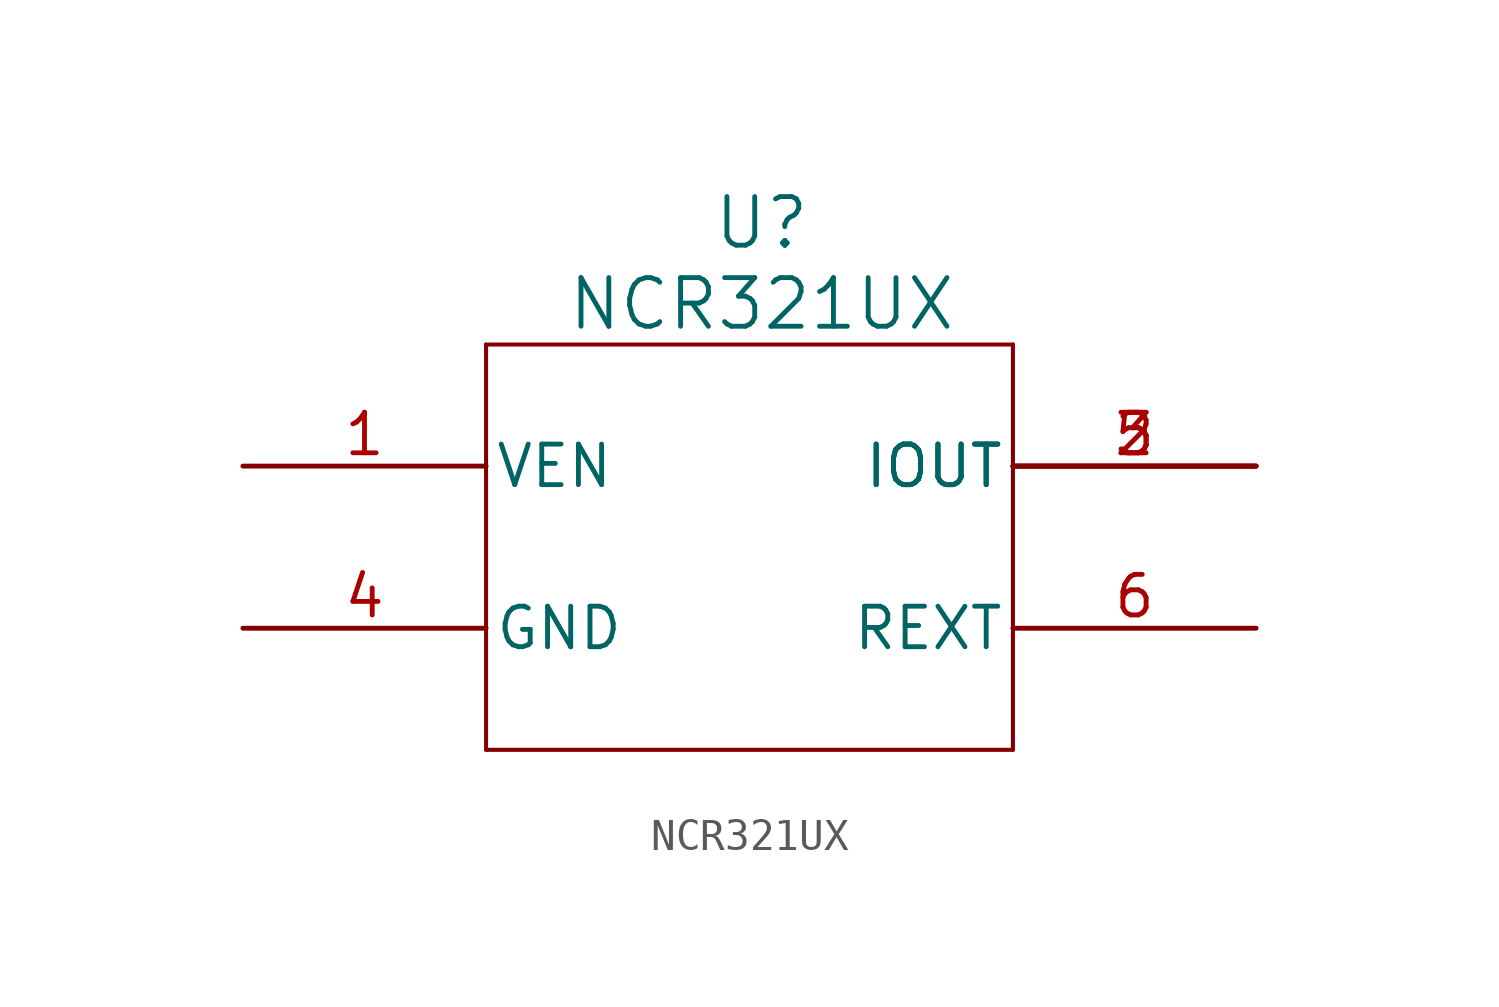
<source format=kicad_sym>
(kicad_symbol_lib
  (version 20241209)
  (generator "kicad_symbol_editor")
  (generator_version "9.0")
  (symbol "NCR321UX"
    (pin_names
      (offset 0.254))
    (property "Reference" "U"
      (at 4.826 10.16 0)
      (effects (font (size 1.524 1.524))))
    (property "Value" "NCR321UX"
      (at 4.826 7.62 0)
      (effects (font (size 1.524 1.524))))
    (symbol "NCR321UX_0_1"
      (polyline (pts (xy -3.81 6.35) (xy -3.81 -6.35)) (stroke (width 0.127) (type default)) (fill (type none)))
      (polyline (pts (xy -3.81 -6.35) (xy 12.7 -6.35)) (stroke (width 0.127) (type default)) (fill (type none)))
      (polyline (pts (xy 12.7 6.35) (xy -3.81 6.35)) (stroke (width 0.127) (type default)) (fill (type none)))
      (polyline (pts (xy 12.7 -6.35) (xy 12.7 6.35)) (stroke (width 0.127) (type default)) (fill (type none)))
      (pin passive line (at -11.43 2.54 0) (length 7.62) (name "VEN" (effects (font (size 1.27 1.27)))) (number "1" (effects (font (size 1.27 1.27)))))
      (pin passive line (at -11.43 -2.54 0) (length 7.62) (name "GND" (effects (font (size 1.27 1.27)))) (number "4" (effects (font (size 1.27 1.27)))))
      (pin passive line (at 20.32 2.54 180) (length 7.62) (name "IOUT" (effects (font (size 1.27 1.27)))) (number "2" (effects (font (size 1.27 1.27)))))
      (pin passive line (at 20.32 2.54 180) (length 7.62) (name "IOUT" (effects (font (size 1.27 1.27)))) (number "3" (effects (font (size 1.27 1.27)))))
      (pin passive line (at 20.32 2.54 180) (length 7.62) (name "IOUT" (effects (font (size 1.27 1.27)))) (number "5" (effects (font (size 1.27 1.27)))))
      (pin passive line (at 20.32 -2.54 180) (length 7.62) (name "REXT" (effects (font (size 1.27 1.27)))) (number "6" (effects (font (size 1.27 1.27))))))))
</source>
